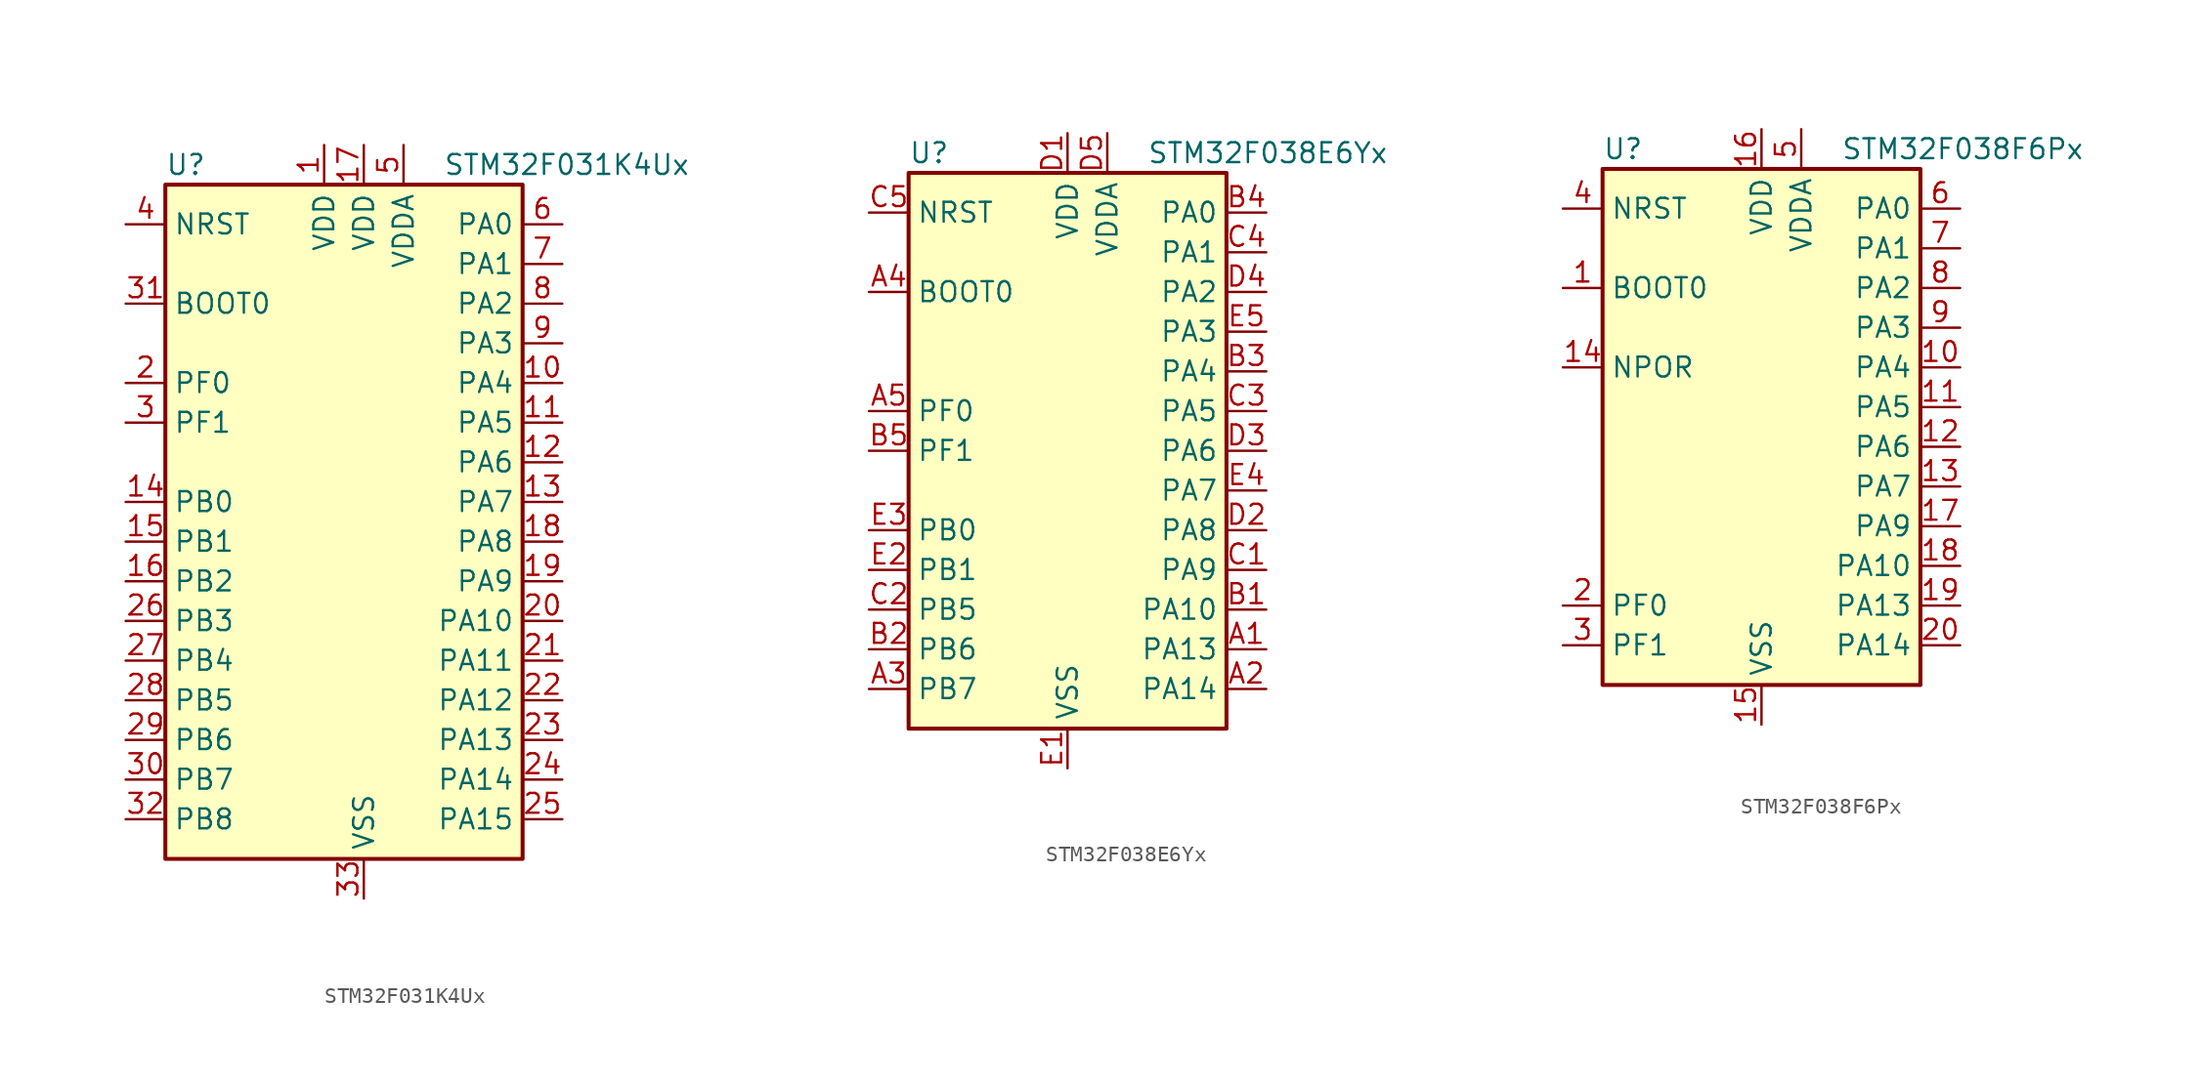
<source format=kicad_sym>
(kicad_symbol_lib
  (version 20201005)
  (generator kicad_symbol_editor)
  (symbol "STM32F031K4Ux"
    (property "Reference" "U"
      (at -12.7 21.59 0)
      (effects (font (size 1.27 1.27)) (justify left)))
    (property "Value" "STM32F031K4Ux"
      (at 5.08 21.59 0)
      (effects (font (size 1.27 1.27)) (justify left)))
    (symbol "STM32F031K4Ux_0_1"
      (rectangle (start -12.7 -22.86) (end 10.16 20.32) (stroke (width 0.254)) (fill (type background))))
    (symbol "STM32F031K4Ux_1_1"
      (pin input line (at -15.24 12.7 0) (length 2.54) (name "BOOT0" (effects (font (size 1.27 1.27)))) (number "31" (effects (font (size 1.27 1.27)))))
      (pin input line (at -15.24 17.78 0) (length 2.54) (name "NRST" (effects (font (size 1.27 1.27)))) (number "4" (effects (font (size 1.27 1.27)))))
      (pin bidirectional line (at 12.7 17.78 180) (length 2.54) (name "PA0" (effects (font (size 1.27 1.27)))) (number "6" (effects (font (size 1.27 1.27)))))
      (pin bidirectional line (at 12.7 15.24 180) (length 2.54) (name "PA1" (effects (font (size 1.27 1.27)))) (number "7" (effects (font (size 1.27 1.27)))))
      (pin bidirectional line (at 12.7 -7.62 180) (length 2.54) (name "PA10" (effects (font (size 1.27 1.27)))) (number "20" (effects (font (size 1.27 1.27)))))
      (pin bidirectional line (at 12.7 -10.16 180) (length 2.54) (name "PA11" (effects (font (size 1.27 1.27)))) (number "21" (effects (font (size 1.27 1.27)))))
      (pin bidirectional line (at 12.7 -12.7 180) (length 2.54) (name "PA12" (effects (font (size 1.27 1.27)))) (number "22" (effects (font (size 1.27 1.27)))))
      (pin bidirectional line (at 12.7 -15.24 180) (length 2.54) (name "PA13" (effects (font (size 1.27 1.27)))) (number "23" (effects (font (size 1.27 1.27)))))
      (pin bidirectional line (at 12.7 -17.78 180) (length 2.54) (name "PA14" (effects (font (size 1.27 1.27)))) (number "24" (effects (font (size 1.27 1.27)))))
      (pin bidirectional line (at 12.7 -20.32 180) (length 2.54) (name "PA15" (effects (font (size 1.27 1.27)))) (number "25" (effects (font (size 1.27 1.27)))))
      (pin bidirectional line (at 12.7 12.7 180) (length 2.54) (name "PA2" (effects (font (size 1.27 1.27)))) (number "8" (effects (font (size 1.27 1.27)))))
      (pin bidirectional line (at 12.7 10.16 180) (length 2.54) (name "PA3" (effects (font (size 1.27 1.27)))) (number "9" (effects (font (size 1.27 1.27)))))
      (pin bidirectional line (at 12.7 7.62 180) (length 2.54) (name "PA4" (effects (font (size 1.27 1.27)))) (number "10" (effects (font (size 1.27 1.27)))))
      (pin bidirectional line (at 12.7 5.08 180) (length 2.54) (name "PA5" (effects (font (size 1.27 1.27)))) (number "11" (effects (font (size 1.27 1.27)))))
      (pin bidirectional line (at 12.7 2.54 180) (length 2.54) (name "PA6" (effects (font (size 1.27 1.27)))) (number "12" (effects (font (size 1.27 1.27)))))
      (pin bidirectional line (at 12.7 0 180) (length 2.54) (name "PA7" (effects (font (size 1.27 1.27)))) (number "13" (effects (font (size 1.27 1.27)))))
      (pin bidirectional line (at 12.7 -2.54 180) (length 2.54) (name "PA8" (effects (font (size 1.27 1.27)))) (number "18" (effects (font (size 1.27 1.27)))))
      (pin bidirectional line (at 12.7 -5.08 180) (length 2.54) (name "PA9" (effects (font (size 1.27 1.27)))) (number "19" (effects (font (size 1.27 1.27)))))
      (pin bidirectional line (at -15.24 0 0) (length 2.54) (name "PB0" (effects (font (size 1.27 1.27)))) (number "14" (effects (font (size 1.27 1.27)))))
      (pin bidirectional line (at -15.24 -2.54 0) (length 2.54) (name "PB1" (effects (font (size 1.27 1.27)))) (number "15" (effects (font (size 1.27 1.27)))))
      (pin bidirectional line (at -15.24 -5.08 0) (length 2.54) (name "PB2" (effects (font (size 1.27 1.27)))) (number "16" (effects (font (size 1.27 1.27)))))
      (pin bidirectional line (at -15.24 -7.62 0) (length 2.54) (name "PB3" (effects (font (size 1.27 1.27)))) (number "26" (effects (font (size 1.27 1.27)))))
      (pin bidirectional line (at -15.24 -10.16 0) (length 2.54) (name "PB4" (effects (font (size 1.27 1.27)))) (number "27" (effects (font (size 1.27 1.27)))))
      (pin bidirectional line (at -15.24 -12.7 0) (length 2.54) (name "PB5" (effects (font (size 1.27 1.27)))) (number "28" (effects (font (size 1.27 1.27)))))
      (pin bidirectional line (at -15.24 -15.24 0) (length 2.54) (name "PB6" (effects (font (size 1.27 1.27)))) (number "29" (effects (font (size 1.27 1.27)))))
      (pin bidirectional line (at -15.24 -17.78 0) (length 2.54) (name "PB7" (effects (font (size 1.27 1.27)))) (number "30" (effects (font (size 1.27 1.27)))))
      (pin bidirectional line (at -15.24 -20.32 0) (length 2.54) (name "PB8" (effects (font (size 1.27 1.27)))) (number "32" (effects (font (size 1.27 1.27)))))
      (pin input line (at -15.24 7.62 0) (length 2.54) (name "PF0" (effects (font (size 1.27 1.27)))) (number "2" (effects (font (size 1.27 1.27)))))
      (pin input line (at -15.24 5.08 0) (length 2.54) (name "PF1" (effects (font (size 1.27 1.27)))) (number "3" (effects (font (size 1.27 1.27)))))
      (pin power_in line (at -2.54 22.86 270) (length 2.54) (name "VDD" (effects (font (size 1.27 1.27)))) (number "1" (effects (font (size 1.27 1.27)))))
      (pin power_in line (at 0 22.86 270) (length 2.54) (name "VDD" (effects (font (size 1.27 1.27)))) (number "17" (effects (font (size 1.27 1.27)))))
      (pin power_in line (at 2.54 22.86 270) (length 2.54) (name "VDDA" (effects (font (size 1.27 1.27)))) (number "5" (effects (font (size 1.27 1.27)))))
      (pin power_in line (at 0 -25.4 90) (length 2.54) (name "VSS" (effects (font (size 1.27 1.27)))) (number "33" (effects (font (size 1.27 1.27)))))))
  (symbol "STM32F038E6Yx"
    (property "Reference" "U"
      (at -10.16 19.05 0)
      (effects (font (size 1.27 1.27)) (justify left)))
    (property "Value" "STM32F038E6Yx"
      (at 5.08 19.05 0)
      (effects (font (size 1.27 1.27)) (justify left)))
    (symbol "STM32F038E6Yx_0_1"
      (rectangle (start -10.16 -17.78) (end 10.16 17.78) (stroke (width 0.254)) (fill (type background))))
    (symbol "STM32F038E6Yx_1_1"
      (pin input line (at -12.7 10.16 0) (length 2.54) (name "BOOT0" (effects (font (size 1.27 1.27)))) (number "A4" (effects (font (size 1.27 1.27)))))
      (pin input line (at -12.7 15.24 0) (length 2.54) (name "NRST" (effects (font (size 1.27 1.27)))) (number "C5" (effects (font (size 1.27 1.27)))))
      (pin bidirectional line (at 12.7 15.24 180) (length 2.54) (name "PA0" (effects (font (size 1.27 1.27)))) (number "B4" (effects (font (size 1.27 1.27)))))
      (pin bidirectional line (at 12.7 12.7 180) (length 2.54) (name "PA1" (effects (font (size 1.27 1.27)))) (number "C4" (effects (font (size 1.27 1.27)))))
      (pin bidirectional line (at 12.7 -10.16 180) (length 2.54) (name "PA10" (effects (font (size 1.27 1.27)))) (number "B1" (effects (font (size 1.27 1.27)))))
      (pin bidirectional line (at 12.7 -12.7 180) (length 2.54) (name "PA13" (effects (font (size 1.27 1.27)))) (number "A1" (effects (font (size 1.27 1.27)))))
      (pin bidirectional line (at 12.7 -15.24 180) (length 2.54) (name "PA14" (effects (font (size 1.27 1.27)))) (number "A2" (effects (font (size 1.27 1.27)))))
      (pin bidirectional line (at 12.7 10.16 180) (length 2.54) (name "PA2" (effects (font (size 1.27 1.27)))) (number "D4" (effects (font (size 1.27 1.27)))))
      (pin bidirectional line (at 12.7 7.62 180) (length 2.54) (name "PA3" (effects (font (size 1.27 1.27)))) (number "E5" (effects (font (size 1.27 1.27)))))
      (pin bidirectional line (at 12.7 5.08 180) (length 2.54) (name "PA4" (effects (font (size 1.27 1.27)))) (number "B3" (effects (font (size 1.27 1.27)))))
      (pin bidirectional line (at 12.7 2.54 180) (length 2.54) (name "PA5" (effects (font (size 1.27 1.27)))) (number "C3" (effects (font (size 1.27 1.27)))))
      (pin bidirectional line (at 12.7 0 180) (length 2.54) (name "PA6" (effects (font (size 1.27 1.27)))) (number "D3" (effects (font (size 1.27 1.27)))))
      (pin bidirectional line (at 12.7 -2.54 180) (length 2.54) (name "PA7" (effects (font (size 1.27 1.27)))) (number "E4" (effects (font (size 1.27 1.27)))))
      (pin bidirectional line (at 12.7 -5.08 180) (length 2.54) (name "PA8" (effects (font (size 1.27 1.27)))) (number "D2" (effects (font (size 1.27 1.27)))))
      (pin bidirectional line (at 12.7 -7.62 180) (length 2.54) (name "PA9" (effects (font (size 1.27 1.27)))) (number "C1" (effects (font (size 1.27 1.27)))))
      (pin bidirectional line (at -12.7 -5.08 0) (length 2.54) (name "PB0" (effects (font (size 1.27 1.27)))) (number "E3" (effects (font (size 1.27 1.27)))))
      (pin bidirectional line (at -12.7 -7.62 0) (length 2.54) (name "PB1" (effects (font (size 1.27 1.27)))) (number "E2" (effects (font (size 1.27 1.27)))))
      (pin bidirectional line (at -12.7 -10.16 0) (length 2.54) (name "PB5" (effects (font (size 1.27 1.27)))) (number "C2" (effects (font (size 1.27 1.27)))))
      (pin bidirectional line (at -12.7 -12.7 0) (length 2.54) (name "PB6" (effects (font (size 1.27 1.27)))) (number "B2" (effects (font (size 1.27 1.27)))))
      (pin bidirectional line (at -12.7 -15.24 0) (length 2.54) (name "PB7" (effects (font (size 1.27 1.27)))) (number "A3" (effects (font (size 1.27 1.27)))))
      (pin input line (at -12.7 2.54 0) (length 2.54) (name "PF0" (effects (font (size 1.27 1.27)))) (number "A5" (effects (font (size 1.27 1.27)))))
      (pin input line (at -12.7 0 0) (length 2.54) (name "PF1" (effects (font (size 1.27 1.27)))) (number "B5" (effects (font (size 1.27 1.27)))))
      (pin power_in line (at 0 20.32 270) (length 2.54) (name "VDD" (effects (font (size 1.27 1.27)))) (number "D1" (effects (font (size 1.27 1.27)))))
      (pin power_in line (at 2.54 20.32 270) (length 2.54) (name "VDDA" (effects (font (size 1.27 1.27)))) (number "D5" (effects (font (size 1.27 1.27)))))
      (pin power_in line (at 0 -20.32 90) (length 2.54) (name "VSS" (effects (font (size 1.27 1.27)))) (number "E1" (effects (font (size 1.27 1.27)))))))
  (symbol "STM32F038F6Px"
    (property "Reference" "U"
      (at -10.16 16.51 0)
      (effects (font (size 1.27 1.27)) (justify left)))
    (property "Value" "STM32F038F6Px"
      (at 5.08 16.51 0)
      (effects (font (size 1.27 1.27)) (justify left)))
    (symbol "STM32F038F6Px_0_1"
      (rectangle (start -10.16 -17.78) (end 10.16 15.24) (stroke (width 0.254)) (fill (type background))))
    (symbol "STM32F038F6Px_1_1"
      (pin input line (at -12.7 7.62 0) (length 2.54) (name "BOOT0" (effects (font (size 1.27 1.27)))) (number "1" (effects (font (size 1.27 1.27)))))
      (pin power_in line (at -12.7 2.54 0) (length 2.54) (name "NPOR" (effects (font (size 1.27 1.27)))) (number "14" (effects (font (size 1.27 1.27)))))
      (pin input line (at -12.7 12.7 0) (length 2.54) (name "NRST" (effects (font (size 1.27 1.27)))) (number "4" (effects (font (size 1.27 1.27)))))
      (pin bidirectional line (at 12.7 12.7 180) (length 2.54) (name "PA0" (effects (font (size 1.27 1.27)))) (number "6" (effects (font (size 1.27 1.27)))))
      (pin bidirectional line (at 12.7 10.16 180) (length 2.54) (name "PA1" (effects (font (size 1.27 1.27)))) (number "7" (effects (font (size 1.27 1.27)))))
      (pin bidirectional line (at 12.7 -10.16 180) (length 2.54) (name "PA10" (effects (font (size 1.27 1.27)))) (number "18" (effects (font (size 1.27 1.27)))))
      (pin bidirectional line (at 12.7 -12.7 180) (length 2.54) (name "PA13" (effects (font (size 1.27 1.27)))) (number "19" (effects (font (size 1.27 1.27)))))
      (pin bidirectional line (at 12.7 -15.24 180) (length 2.54) (name "PA14" (effects (font (size 1.27 1.27)))) (number "20" (effects (font (size 1.27 1.27)))))
      (pin bidirectional line (at 12.7 7.62 180) (length 2.54) (name "PA2" (effects (font (size 1.27 1.27)))) (number "8" (effects (font (size 1.27 1.27)))))
      (pin bidirectional line (at 12.7 5.08 180) (length 2.54) (name "PA3" (effects (font (size 1.27 1.27)))) (number "9" (effects (font (size 1.27 1.27)))))
      (pin bidirectional line (at 12.7 2.54 180) (length 2.54) (name "PA4" (effects (font (size 1.27 1.27)))) (number "10" (effects (font (size 1.27 1.27)))))
      (pin bidirectional line (at 12.7 0 180) (length 2.54) (name "PA5" (effects (font (size 1.27 1.27)))) (number "11" (effects (font (size 1.27 1.27)))))
      (pin bidirectional line (at 12.7 -2.54 180) (length 2.54) (name "PA6" (effects (font (size 1.27 1.27)))) (number "12" (effects (font (size 1.27 1.27)))))
      (pin bidirectional line (at 12.7 -5.08 180) (length 2.54) (name "PA7" (effects (font (size 1.27 1.27)))) (number "13" (effects (font (size 1.27 1.27)))))
      (pin bidirectional line (at 12.7 -7.62 180) (length 2.54) (name "PA9" (effects (font (size 1.27 1.27)))) (number "17" (effects (font (size 1.27 1.27)))))
      (pin input line (at -12.7 -12.7 0) (length 2.54) (name "PF0" (effects (font (size 1.27 1.27)))) (number "2" (effects (font (size 1.27 1.27)))))
      (pin input line (at -12.7 -15.24 0) (length 2.54) (name "PF1" (effects (font (size 1.27 1.27)))) (number "3" (effects (font (size 1.27 1.27)))))
      (pin power_in line (at 0 17.78 270) (length 2.54) (name "VDD" (effects (font (size 1.27 1.27)))) (number "16" (effects (font (size 1.27 1.27)))))
      (pin power_in line (at 2.54 17.78 270) (length 2.54) (name "VDDA" (effects (font (size 1.27 1.27)))) (number "5" (effects (font (size 1.27 1.27)))))
      (pin power_in line (at 0 -20.32 90) (length 2.54) (name "VSS" (effects (font (size 1.27 1.27)))) (number "15" (effects (font (size 1.27 1.27))))))))
</source>
